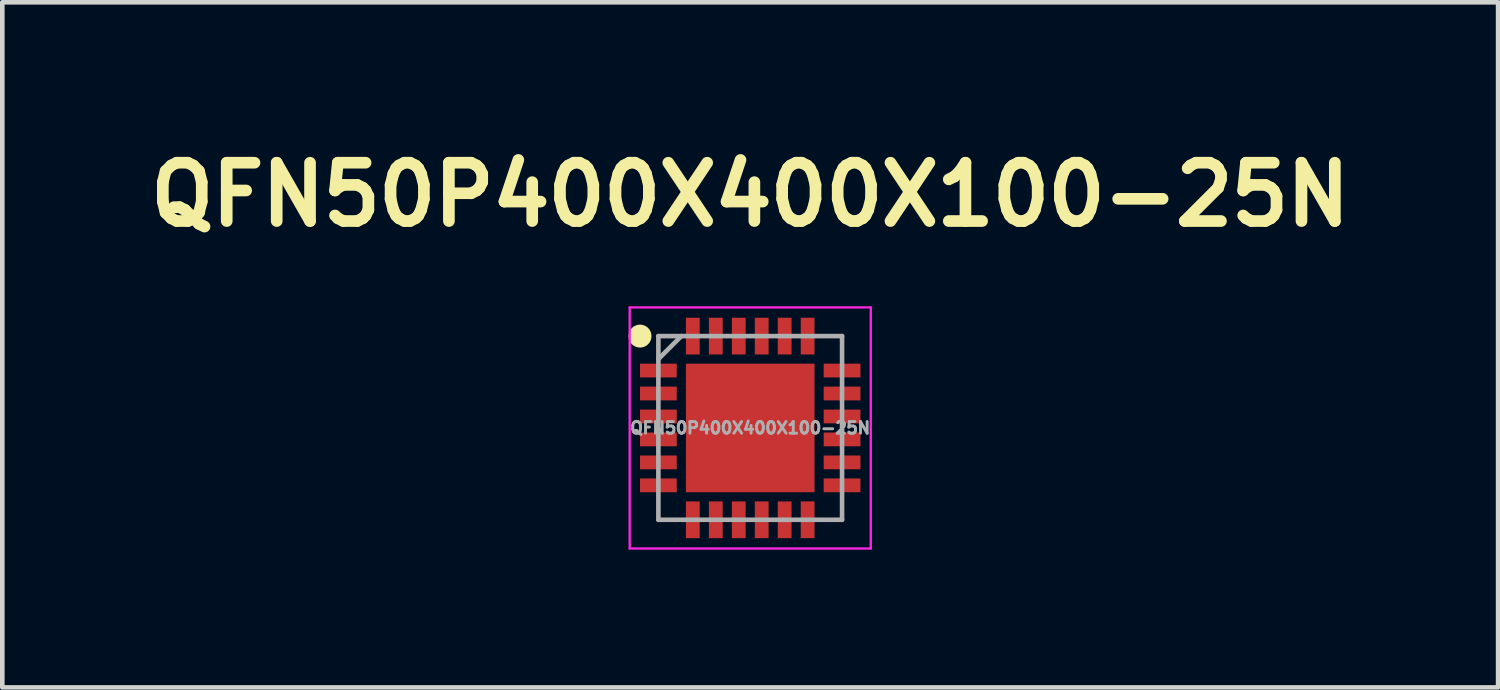
<source format=kicad_pcb>
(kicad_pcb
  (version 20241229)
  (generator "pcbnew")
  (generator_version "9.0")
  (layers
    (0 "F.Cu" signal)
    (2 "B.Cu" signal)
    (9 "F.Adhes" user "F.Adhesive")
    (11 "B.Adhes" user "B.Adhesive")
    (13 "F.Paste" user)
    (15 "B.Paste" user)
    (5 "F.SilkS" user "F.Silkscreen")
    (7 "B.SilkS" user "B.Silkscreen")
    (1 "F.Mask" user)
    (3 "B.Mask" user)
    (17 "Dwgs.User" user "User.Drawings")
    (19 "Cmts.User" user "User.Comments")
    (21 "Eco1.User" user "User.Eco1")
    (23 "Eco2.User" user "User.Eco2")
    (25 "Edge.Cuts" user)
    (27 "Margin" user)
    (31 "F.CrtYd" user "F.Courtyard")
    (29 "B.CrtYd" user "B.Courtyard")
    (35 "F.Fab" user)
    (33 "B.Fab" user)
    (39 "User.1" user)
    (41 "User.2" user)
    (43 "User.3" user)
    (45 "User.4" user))
  (footprint "QFN50P400X400X100-25N"
    (layer "F.Cu")
    (at 13.287 6.269)
    (property "Reference" "QFN50P400X400X100-25N" (at 0 -5.08 0) (layer "F.SilkS") (effects (font (size 1.27 1.27) (thickness 0.254))))
    (attr smd)
    (fp_circle (center -2.4 -2) (end -2.4 -1.875) (stroke (width 0.25) (type solid)) (fill no) (layer "F.SilkS"))
    (fp_line (start -2.625 -2.625) (end 2.625 -2.625) (stroke (width 0.05) (type solid)) (layer "F.CrtYd"))
    (fp_line (start -2.625 2.625) (end -2.625 -2.625) (stroke (width 0.05) (type solid)) (layer "F.CrtYd"))
    (fp_line (start 2.625 -2.625) (end 2.625 2.625) (stroke (width 0.05) (type solid)) (layer "F.CrtYd"))
    (fp_line (start 2.625 2.625) (end -2.625 2.625) (stroke (width 0.05) (type solid)) (layer "F.CrtYd"))
    (fp_line (start -2 -2) (end 2 -2) (stroke (width 0.1) (type solid)) (layer "F.Fab"))
    (fp_line (start -2 -1.5) (end -1.5 -2) (stroke (width 0.1) (type solid)) (layer "F.Fab"))
    (fp_line (start -2 2) (end -2 -2) (stroke (width 0.1) (type solid)) (layer "F.Fab"))
    (fp_line (start 2 -2) (end 2 2) (stroke (width 0.1) (type solid)) (layer "F.Fab"))
    (fp_line (start 2 2) (end -2 2) (stroke (width 0.1) (type solid)) (layer "F.Fab"))
    (fp_text user "${REFERENCE}" (at 0 0 0) (layer "F.Fab") (effects (font (size 0.254 0.254) (thickness 0.064))))
    (pad "1" smd rect (at -2 -1.25 90) (size 0.3 0.8) (layers "F.Cu" "F.Mask" "F.Paste"))
    (pad "2" smd rect (at -2 -0.75 90) (size 0.3 0.8) (layers "F.Cu" "F.Mask" "F.Paste"))
    (pad "3" smd rect (at -2 -0.25 90) (size 0.3 0.8) (layers "F.Cu" "F.Mask" "F.Paste"))
    (pad "4" smd rect (at -2 0.25 90) (size 0.3 0.8) (layers "F.Cu" "F.Mask" "F.Paste"))
    (pad "5" smd rect (at -2 0.75 90) (size 0.3 0.8) (layers "F.Cu" "F.Mask" "F.Paste"))
    (pad "6" smd rect (at -2 1.25 90) (size 0.3 0.8) (layers "F.Cu" "F.Mask" "F.Paste"))
    (pad "7" smd rect (at -1.25 2) (size 0.3 0.8) (layers "F.Cu" "F.Mask" "F.Paste"))
    (pad "8" smd rect (at -0.75 2) (size 0.3 0.8) (layers "F.Cu" "F.Mask" "F.Paste"))
    (pad "9" smd rect (at -0.25 2) (size 0.3 0.8) (layers "F.Cu" "F.Mask" "F.Paste"))
    (pad "10" smd rect (at 0.25 2) (size 0.3 0.8) (layers "F.Cu" "F.Mask" "F.Paste"))
    (pad "11" smd rect (at 0.75 2) (size 0.3 0.8) (layers "F.Cu" "F.Mask" "F.Paste"))
    (pad "12" smd rect (at 1.25 2) (size 0.3 0.8) (layers "F.Cu" "F.Mask" "F.Paste"))
    (pad "13" smd rect (at 2 1.25 90) (size 0.3 0.8) (layers "F.Cu" "F.Mask" "F.Paste"))
    (pad "14" smd rect (at 2 0.75 90) (size 0.3 0.8) (layers "F.Cu" "F.Mask" "F.Paste"))
    (pad "15" smd rect (at 2 0.25 90) (size 0.3 0.8) (layers "F.Cu" "F.Mask" "F.Paste"))
    (pad "16" smd rect (at 2 -0.25 90) (size 0.3 0.8) (layers "F.Cu" "F.Mask" "F.Paste"))
    (pad "17" smd rect (at 2 -0.75 90) (size 0.3 0.8) (layers "F.Cu" "F.Mask" "F.Paste"))
    (pad "18" smd rect (at 2 -1.25 90) (size 0.3 0.8) (layers "F.Cu" "F.Mask" "F.Paste"))
    (pad "19" smd rect (at 1.25 -2) (size 0.3 0.8) (layers "F.Cu" "F.Mask" "F.Paste"))
    (pad "20" smd rect (at 0.75 -2) (size 0.3 0.8) (layers "F.Cu" "F.Mask" "F.Paste"))
    (pad "21" smd rect (at 0.25 -2) (size 0.3 0.8) (layers "F.Cu" "F.Mask" "F.Paste"))
    (pad "22" smd rect (at -0.25 -2) (size 0.3 0.8) (layers "F.Cu" "F.Mask" "F.Paste"))
    (pad "23" smd rect (at -0.75 -2) (size 0.3 0.8) (layers "F.Cu" "F.Mask" "F.Paste"))
    (pad "24" smd rect (at -1.25 -2) (size 0.3 0.8) (layers "F.Cu" "F.Mask" "F.Paste"))
    (pad "25" smd rect (at 0 0) (size 2.8 2.8) (layers "F.Cu" "F.Mask" "F.Paste")))
  (gr_rect
    (start -3 -3)
    (end 29.573 11.919)
    (stroke (width 0.1) (type default))
    (fill no)
    (layer "Edge.Cuts")))
</source>
